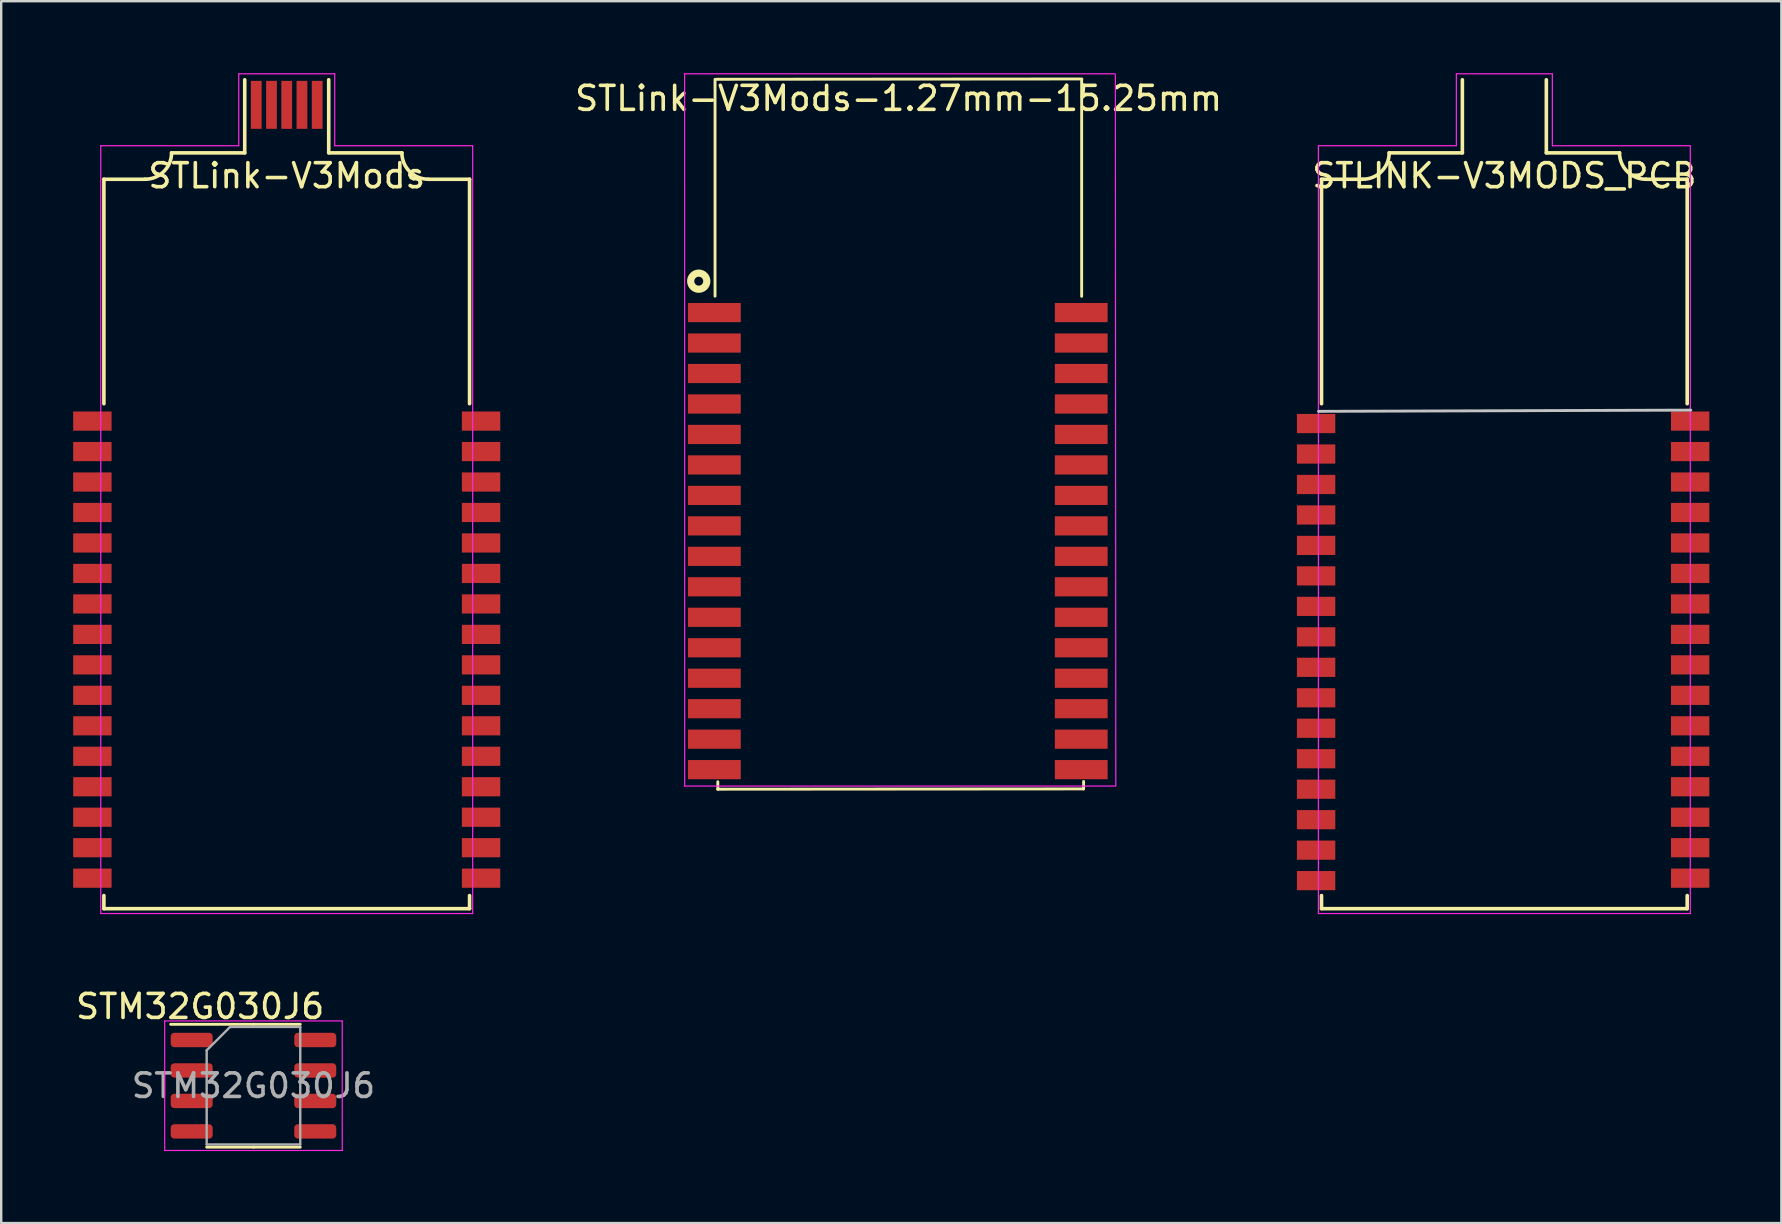
<source format=kicad_pcb>
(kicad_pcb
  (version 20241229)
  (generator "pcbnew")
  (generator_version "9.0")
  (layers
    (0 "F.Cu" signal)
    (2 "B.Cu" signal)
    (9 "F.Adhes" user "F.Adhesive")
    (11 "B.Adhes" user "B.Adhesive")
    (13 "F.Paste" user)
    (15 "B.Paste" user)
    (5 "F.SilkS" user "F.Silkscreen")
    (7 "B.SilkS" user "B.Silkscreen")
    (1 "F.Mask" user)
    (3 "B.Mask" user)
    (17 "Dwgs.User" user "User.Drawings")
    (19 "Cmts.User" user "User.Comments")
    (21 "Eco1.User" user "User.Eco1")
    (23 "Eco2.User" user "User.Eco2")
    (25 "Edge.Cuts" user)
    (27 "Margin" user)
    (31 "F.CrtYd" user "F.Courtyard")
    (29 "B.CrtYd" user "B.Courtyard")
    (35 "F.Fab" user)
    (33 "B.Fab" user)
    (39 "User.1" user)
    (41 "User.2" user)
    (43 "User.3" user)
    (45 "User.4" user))
  (footprint "STLINK-V3MODS_PCB"
    (layer "F.Cu")
    (at 59.648 24.025)
    (property "Reference" "STLINK-V3MODS_PCB" (at 0 -19.75 0) (layer "F.SilkS") (effects (font (size 1 1) (thickness 0.15))))
    (attr smd)
    (fp_line (start -7.62 -19.605) (end -5.9 -19.605) (stroke (width 0.15) (type solid)) (layer "F.SilkS"))
    (fp_line (start -7.62 -10.25) (end -7.62 -19.605) (stroke (width 0.15) (type solid)) (layer "F.SilkS"))
    (fp_line (start -7.62 10.795) (end -7.62 10.25) (stroke (width 0.15) (type solid)) (layer "F.SilkS"))
    (fp_line (start -7.62 10.795) (end 7.62 10.795) (stroke (width 0.15) (type solid)) (layer "F.SilkS"))
    (fp_line (start -4.8 -20.705) (end -1.75 -20.705) (stroke (width 0.15) (type solid)) (layer "F.SilkS"))
    (fp_line (start -1.75 -20.705) (end -1.75 -23.75) (stroke (width 0.15) (type solid)) (layer "F.SilkS"))
    (fp_line (start 1.75 -20.705) (end 1.75 -23.75) (stroke (width 0.15) (type solid)) (layer "F.SilkS"))
    (fp_line (start 1.75 -20.705) (end 4.8 -20.705) (stroke (width 0.15) (type solid)) (layer "F.SilkS"))
    (fp_line (start 7.62 -19.605) (end 5.9 -19.605) (stroke (width 0.15) (type solid)) (layer "F.SilkS"))
    (fp_line (start 7.62 -19.605) (end 7.62 -10.25) (stroke (width 0.15) (type solid)) (layer "F.SilkS"))
    (fp_line (start 7.62 10.795) (end 7.62 10.25) (stroke (width 0.15) (type solid)) (layer "F.SilkS"))
    (fp_arc (start -4.8 -20.705) (mid -5.122183 -19.927183) (end -5.9 -19.605) (stroke (width 0.15) (type solid)) (layer "F.SilkS"))
    (fp_arc (start 5.9 -19.605) (mid 5.122183 -19.927183) (end 4.8 -20.705) (stroke (width 0.15) (type solid)) (layer "F.SilkS"))
    (fp_line (start -7.747 -9.931) (end 7.772 -9.982) (stroke (width 0.12) (type solid)) (layer "Dwgs.User"))
    (fp_line (start -7.75 -21) (end -2 -21) (stroke (width 0.05) (type solid)) (layer "F.CrtYd"))
    (fp_line (start -7.75 11) (end -7.75 -21) (stroke (width 0.05) (type solid)) (layer "F.CrtYd"))
    (fp_line (start -2 -24) (end 2 -24) (stroke (width 0.05) (type solid)) (layer "F.CrtYd"))
    (fp_line (start -2 -21) (end -2 -24) (stroke (width 0.05) (type solid)) (layer "F.CrtYd"))
    (fp_line (start 2 -24) (end 2 -21) (stroke (width 0.05) (type solid)) (layer "F.CrtYd"))
    (fp_line (start 2 -21) (end 7.75 -21) (stroke (width 0.05) (type solid)) (layer "F.CrtYd"))
    (fp_line (start 7.75 -21) (end 7.75 11) (stroke (width 0.05) (type solid)) (layer "F.CrtYd"))
    (fp_line (start 7.75 11) (end -7.75 11) (stroke (width 0.05) (type solid)) (layer "F.CrtYd"))
    (pad "1" smd rect (at -7.846 -9.423 270) (size 0.8 1.6) (layers "F.Cu" "F.Mask" "F.Paste"))
    (pad "2" smd rect (at -7.846 -8.153 270) (size 0.8 1.6) (layers "F.Cu" "F.Mask" "F.Paste"))
    (pad "3" smd rect (at -7.846 -6.883 270) (size 0.8 1.6) (layers "F.Cu" "F.Mask" "F.Paste"))
    (pad "4" smd rect (at -7.846 -5.613 270) (size 0.8 1.6) (layers "F.Cu" "F.Mask" "F.Paste"))
    (pad "5" smd rect (at -7.846 -4.343 270) (size 0.8 1.6) (layers "F.Cu" "F.Mask" "F.Paste"))
    (pad "6" smd rect (at -7.846 -3.073 270) (size 0.8 1.6) (layers "F.Cu" "F.Mask" "F.Paste"))
    (pad "7" smd rect (at -7.846 -1.803 270) (size 0.8 1.6) (layers "F.Cu" "F.Mask" "F.Paste"))
    (pad "8" smd rect (at -7.846 -0.533 270) (size 0.8 1.6) (layers "F.Cu" "F.Mask" "F.Paste"))
    (pad "9" smd rect (at -7.846 0.737 270) (size 0.8 1.6) (layers "F.Cu" "F.Mask" "F.Paste"))
    (pad "10" smd rect (at -7.846 2.007 270) (size 0.8 1.6) (layers "F.Cu" "F.Mask" "F.Paste"))
    (pad "11" smd rect (at -7.846 3.277 270) (size 0.8 1.6) (layers "F.Cu" "F.Mask" "F.Paste"))
    (pad "12" smd rect (at -7.846 4.547 270) (size 0.8 1.6) (layers "F.Cu" "F.Mask" "F.Paste"))
    (pad "13" smd rect (at -7.846 5.817 270) (size 0.8 1.6) (layers "F.Cu" "F.Mask" "F.Paste"))
    (pad "14" smd rect (at -7.846 7.087 270) (size 0.8 1.6) (layers "F.Cu" "F.Mask" "F.Paste"))
    (pad "15" smd rect (at -7.846 8.357 270) (size 0.8 1.6) (layers "F.Cu" "F.Mask" "F.Paste"))
    (pad "16" smd rect (at -7.846 9.627 270) (size 0.8 1.6) (layers "F.Cu" "F.Mask" "F.Paste"))
    (pad "17" smd rect (at 7.744 9.525 270) (size 0.8 1.6) (layers "F.Cu" "F.Mask" "F.Paste"))
    (pad "18" smd rect (at 7.744 8.255 270) (size 0.8 1.6) (layers "F.Cu" "F.Mask" "F.Paste"))
    (pad "19" smd rect (at 7.744 6.985 270) (size 0.8 1.6) (layers "F.Cu" "F.Mask" "F.Paste"))
    (pad "20" smd rect (at 7.744 5.715 270) (size 0.8 1.6) (layers "F.Cu" "F.Mask" "F.Paste"))
    (pad "21" smd rect (at 7.744 4.445 270) (size 0.8 1.6) (layers "F.Cu" "F.Mask" "F.Paste"))
    (pad "22" smd rect (at 7.744 3.175 270) (size 0.8 1.6) (layers "F.Cu" "F.Mask" "F.Paste"))
    (pad "23" smd rect (at 7.744 1.905 270) (size 0.8 1.6) (layers "F.Cu" "F.Mask" "F.Paste"))
    (pad "24" smd rect (at 7.744 0.635 270) (size 0.8 1.6) (layers "F.Cu" "F.Mask" "F.Paste"))
    (pad "25" smd rect (at 7.744 -0.635 270) (size 0.8 1.6) (layers "F.Cu" "F.Mask" "F.Paste"))
    (pad "26" smd rect (at 7.744 -1.905 270) (size 0.8 1.6) (layers "F.Cu" "F.Mask" "F.Paste"))
    (pad "27" smd rect (at 7.744 -3.175 270) (size 0.8 1.6) (layers "F.Cu" "F.Mask" "F.Paste"))
    (pad "28" smd rect (at 7.744 -4.445 270) (size 0.8 1.6) (layers "F.Cu" "F.Mask" "F.Paste"))
    (pad "29" smd rect (at 7.744 -5.715 270) (size 0.8 1.6) (layers "F.Cu" "F.Mask" "F.Paste"))
    (pad "30" smd rect (at 7.744 -6.985 270) (size 0.8 1.6) (layers "F.Cu" "F.Mask" "F.Paste"))
    (pad "31" smd rect (at 7.744 -8.255 270) (size 0.8 1.6) (layers "F.Cu" "F.Mask" "F.Paste"))
    (pad "32" smd rect (at 7.744 -9.525 270) (size 0.8 1.6) (layers "F.Cu" "F.Mask" "F.Paste")))
  (footprint "STLink-V3Mods"
    (layer "F.Cu")
    (at 8.9 24.025)
    (property "Reference" "STLink-V3Mods" (at 0 -19.75 0) (layer "F.SilkS") (effects (font (size 1 1) (thickness 0.15))))
    (attr smd)
    (fp_line (start -7.62 -19.605) (end -5.9 -19.605) (stroke (width 0.15) (type solid)) (layer "F.SilkS"))
    (fp_line (start -7.62 -10.25) (end -7.62 -19.605) (stroke (width 0.15) (type solid)) (layer "F.SilkS"))
    (fp_line (start -7.62 10.795) (end -7.62 10.25) (stroke (width 0.15) (type solid)) (layer "F.SilkS"))
    (fp_line (start -7.62 10.795) (end 7.62 10.795) (stroke (width 0.15) (type solid)) (layer "F.SilkS"))
    (fp_line (start -4.8 -20.705) (end -1.75 -20.705) (stroke (width 0.15) (type solid)) (layer "F.SilkS"))
    (fp_line (start -1.75 -20.705) (end -1.75 -23.75) (stroke (width 0.15) (type solid)) (layer "F.SilkS"))
    (fp_line (start 1.75 -20.705) (end 1.75 -23.75) (stroke (width 0.15) (type solid)) (layer "F.SilkS"))
    (fp_line (start 1.75 -20.705) (end 4.8 -20.705) (stroke (width 0.15) (type solid)) (layer "F.SilkS"))
    (fp_line (start 7.62 -19.605) (end 5.9 -19.605) (stroke (width 0.15) (type solid)) (layer "F.SilkS"))
    (fp_line (start 7.62 -19.605) (end 7.62 -10.25) (stroke (width 0.15) (type solid)) (layer "F.SilkS"))
    (fp_line (start 7.62 10.795) (end 7.62 10.25) (stroke (width 0.15) (type solid)) (layer "F.SilkS"))
    (fp_arc (start -4.8 -20.705) (mid -5.122183 -19.927183) (end -5.9 -19.605) (stroke (width 0.15) (type solid)) (layer "F.SilkS"))
    (fp_arc (start 5.9 -19.605) (mid 5.122183 -19.927183) (end 4.8 -20.705) (stroke (width 0.15) (type solid)) (layer "F.SilkS"))
    (fp_line (start -7.75 -21) (end -2 -21) (stroke (width 0.05) (type solid)) (layer "F.CrtYd"))
    (fp_line (start -7.75 11) (end -7.75 -21) (stroke (width 0.05) (type solid)) (layer "F.CrtYd"))
    (fp_line (start -2 -24) (end 2 -24) (stroke (width 0.05) (type solid)) (layer "F.CrtYd"))
    (fp_line (start -2 -21) (end -2 -24) (stroke (width 0.05) (type solid)) (layer "F.CrtYd"))
    (fp_line (start 2 -24) (end 2 -21) (stroke (width 0.05) (type solid)) (layer "F.CrtYd"))
    (fp_line (start 2 -21) (end 7.75 -21) (stroke (width 0.05) (type solid)) (layer "F.CrtYd"))
    (fp_line (start 7.75 -21) (end 7.75 11) (stroke (width 0.05) (type solid)) (layer "F.CrtYd"))
    (fp_line (start 7.75 11) (end -7.75 11) (stroke (width 0.05) (type solid)) (layer "F.CrtYd"))
    (pad "1" smd rect (at -8.1 -9.525 270) (size 0.8 1.6) (layers "F.Cu" "F.Mask" "F.Paste"))
    (pad "2" smd rect (at -8.1 -8.255 270) (size 0.8 1.6) (layers "F.Cu" "F.Mask" "F.Paste"))
    (pad "3" smd rect (at -8.1 -6.985 270) (size 0.8 1.6) (layers "F.Cu" "F.Mask" "F.Paste"))
    (pad "4" smd rect (at -8.1 -5.715 270) (size 0.8 1.6) (layers "F.Cu" "F.Mask" "F.Paste"))
    (pad "5" smd rect (at -8.1 -4.445 270) (size 0.8 1.6) (layers "F.Cu" "F.Mask" "F.Paste"))
    (pad "6" smd rect (at -8.1 -3.175 270) (size 0.8 1.6) (layers "F.Cu" "F.Mask" "F.Paste"))
    (pad "7" smd rect (at -8.1 -1.905 270) (size 0.8 1.6) (layers "F.Cu" "F.Mask" "F.Paste"))
    (pad "8" smd rect (at -8.1 -0.635 270) (size 0.8 1.6) (layers "F.Cu" "F.Mask" "F.Paste"))
    (pad "9" smd rect (at -8.1 0.635 270) (size 0.8 1.6) (layers "F.Cu" "F.Mask" "F.Paste"))
    (pad "10" smd rect (at -8.1 1.905 270) (size 0.8 1.6) (layers "F.Cu" "F.Mask" "F.Paste"))
    (pad "11" smd rect (at -8.1 3.175 270) (size 0.8 1.6) (layers "F.Cu" "F.Mask" "F.Paste"))
    (pad "12" smd rect (at -8.1 4.445 270) (size 0.8 1.6) (layers "F.Cu" "F.Mask" "F.Paste"))
    (pad "13" smd rect (at -8.1 5.715 270) (size 0.8 1.6) (layers "F.Cu" "F.Mask" "F.Paste"))
    (pad "14" smd rect (at -8.1 6.985 270) (size 0.8 1.6) (layers "F.Cu" "F.Mask" "F.Paste"))
    (pad "15" smd rect (at -8.1 8.255 270) (size 0.8 1.6) (layers "F.Cu" "F.Mask" "F.Paste"))
    (pad "16" smd rect (at -8.1 9.525 270) (size 0.8 1.6) (layers "F.Cu" "F.Mask" "F.Paste"))
    (pad "17" smd rect (at 8.1 9.525 270) (size 0.8 1.6) (layers "F.Cu" "F.Mask" "F.Paste"))
    (pad "18" smd rect (at 8.1 8.255 270) (size 0.8 1.6) (layers "F.Cu" "F.Mask" "F.Paste"))
    (pad "19" smd rect (at 8.1 6.985 270) (size 0.8 1.6) (layers "F.Cu" "F.Mask" "F.Paste"))
    (pad "20" smd rect (at 8.1 5.715 270) (size 0.8 1.6) (layers "F.Cu" "F.Mask" "F.Paste"))
    (pad "21" smd rect (at 8.1 4.445 270) (size 0.8 1.6) (layers "F.Cu" "F.Mask" "F.Paste"))
    (pad "22" smd rect (at 8.1 3.175 270) (size 0.8 1.6) (layers "F.Cu" "F.Mask" "F.Paste"))
    (pad "23" smd rect (at 8.1 1.905 270) (size 0.8 1.6) (layers "F.Cu" "F.Mask" "F.Paste"))
    (pad "24" smd rect (at 8.1 0.635 270) (size 0.8 1.6) (layers "F.Cu" "F.Mask" "F.Paste"))
    (pad "25" smd rect (at 8.1 -0.635 270) (size 0.8 1.6) (layers "F.Cu" "F.Mask" "F.Paste"))
    (pad "26" smd rect (at 8.1 -1.905 270) (size 0.8 1.6) (layers "F.Cu" "F.Mask" "F.Paste"))
    (pad "27" smd rect (at 8.1 -3.175 270) (size 0.8 1.6) (layers "F.Cu" "F.Mask" "F.Paste"))
    (pad "28" smd rect (at 8.1 -4.445 270) (size 0.8 1.6) (layers "F.Cu" "F.Mask" "F.Paste"))
    (pad "29" smd rect (at 8.1 -5.715 270) (size 0.8 1.6) (layers "F.Cu" "F.Mask" "F.Paste"))
    (pad "30" smd rect (at 8.1 -6.985 270) (size 0.8 1.6) (layers "F.Cu" "F.Mask" "F.Paste"))
    (pad "31" smd rect (at 8.1 -8.255 270) (size 0.8 1.6) (layers "F.Cu" "F.Mask" "F.Paste"))
    (pad "32" smd rect (at 8.1 -9.525 270) (size 0.8 1.6) (layers "F.Cu" "F.Mask" "F.Paste"))
    (pad "33" smd rect (at 1.27 -22.705) (size 0.45 2) (layers "F.Cu" "F.Mask" "F.Paste"))
    (pad "34" smd rect (at 0.635 -22.705) (size 0.45 2) (layers "F.Cu" "F.Mask" "F.Paste"))
    (pad "35" smd rect (at 0 -22.705) (size 0.45 2) (layers "F.Cu" "F.Mask" "F.Paste"))
    (pad "36" smd rect (at -0.635 -22.705) (size 0.45 2) (layers "F.Cu" "F.Mask" "F.Paste"))
    (pad "37" smd rect (at -1.27 -22.705) (size 0.45 2) (layers "F.Cu" "F.Mask" "F.Paste")))
  (footprint "STM32G030J6"
    (layer "F.Cu")
    (at 7.514 42.2)
    (property "Reference" "STM32G030J6" (at -2.223 -3.302 0) (layer "F.SilkS") (effects (font (size 1 1) (thickness 0.15))))
    (attr smd)
    (fp_line (start 0 -2.56) (end -3.45 -2.56) (stroke (width 0.12) (type solid)) (layer "F.SilkS"))
    (fp_line (start 0 -2.56) (end 1.95 -2.56) (stroke (width 0.12) (type solid)) (layer "F.SilkS"))
    (fp_line (start 0 2.56) (end -1.95 2.56) (stroke (width 0.12) (type solid)) (layer "F.SilkS"))
    (fp_line (start 0 2.56) (end 1.95 2.56) (stroke (width 0.12) (type solid)) (layer "F.SilkS"))
    (fp_line (start -3.7 -2.7) (end -3.7 2.7) (stroke (width 0.05) (type solid)) (layer "F.CrtYd"))
    (fp_line (start -3.7 2.7) (end 3.7 2.7) (stroke (width 0.05) (type solid)) (layer "F.CrtYd"))
    (fp_line (start 3.7 -2.7) (end -3.7 -2.7) (stroke (width 0.05) (type solid)) (layer "F.CrtYd"))
    (fp_line (start 3.7 2.7) (end 3.7 -2.7) (stroke (width 0.05) (type solid)) (layer "F.CrtYd"))
    (fp_line (start -1.95 -1.475) (end -0.975 -2.45) (stroke (width 0.1) (type solid)) (layer "F.Fab"))
    (fp_line (start -1.95 2.45) (end -1.95 -1.475) (stroke (width 0.1) (type solid)) (layer "F.Fab"))
    (fp_line (start -0.975 -2.45) (end 1.95 -2.45) (stroke (width 0.1) (type solid)) (layer "F.Fab"))
    (fp_line (start 1.95 -2.45) (end 1.95 2.45) (stroke (width 0.1) (type solid)) (layer "F.Fab"))
    (fp_line (start 1.95 2.45) (end -1.95 2.45) (stroke (width 0.1) (type solid)) (layer "F.Fab"))
    (fp_text user "${REFERENCE}" (at 0 0 0) (layer "F.Fab") (effects (font (size 0.98 0.98) (thickness 0.15))))
    (pad "1" smd roundrect (at -2.575 -1.905) (size 1.75 0.6) (layers "F.Cu" "F.Mask" "F.Paste") (roundrect_rratio 0.25))
    (pad "2" smd roundrect (at -2.575 -0.635) (size 1.75 0.6) (layers "F.Cu" "F.Mask" "F.Paste") (roundrect_rratio 0.25))
    (pad "3" smd roundrect (at -2.575 0.635) (size 1.75 0.6) (layers "F.Cu" "F.Mask" "F.Paste") (roundrect_rratio 0.25))
    (pad "4" smd roundrect (at -2.575 1.905) (size 1.75 0.6) (layers "F.Cu" "F.Mask" "F.Paste") (roundrect_rratio 0.25))
    (pad "5" smd roundrect (at 2.575 1.905) (size 1.75 0.6) (layers "F.Cu" "F.Mask" "F.Paste") (roundrect_rratio 0.25))
    (pad "6" smd roundrect (at 2.575 0.635) (size 1.75 0.6) (layers "F.Cu" "F.Mask" "F.Paste") (roundrect_rratio 0.25))
    (pad "7" smd roundrect (at 2.575 -0.635) (size 1.75 0.6) (layers "F.Cu" "F.Mask" "F.Paste") (roundrect_rratio 0.25))
    (pad "8" smd roundrect (at 2.575 -1.905) (size 1.75 0.6) (layers "F.Cu" "F.Mask" "F.Paste") (roundrect_rratio 0.25)))
  (footprint "STLink-V3Mods-1.27mm-15.25mm"
    (layer "F.Cu")
    (at 26.748 9.982)
    (property "Reference" "STLink-V3Mods-1.27mm-15.25mm" (at 7.653 -8.931 0) (layer "F.SilkS") (effects (font (size 1 1) (thickness 0.15))))
    (attr smd)
    (fp_line (start 0.003 -9.726) (end 0.003 -0.688) (stroke (width 0.12) (type solid)) (layer "F.SilkS"))
    (fp_line (start 0.056 -9.728) (end 15.291 -9.741) (stroke (width 0.12) (type solid)) (layer "F.SilkS"))
    (fp_line (start 0.112 19.86) (end 15.347 19.848) (stroke (width 0.12) (type solid)) (layer "F.SilkS"))
    (fp_line (start 0.119 19.55) (end 0.119 19.865) (stroke (width 0.12) (type solid)) (layer "F.SilkS"))
    (fp_line (start 15.283 -9.721) (end 15.283 -0.683) (stroke (width 0.12) (type solid)) (layer "F.SilkS"))
    (fp_line (start 15.364 19.538) (end 15.364 19.853) (stroke (width 0.12) (type solid)) (layer "F.SilkS"))
    (fp_circle (center -0.676 -1.313) (end -0.676 -0.977) (stroke (width 0.3) (type solid)) (fill no) (layer "F.SilkS"))
    (fp_line (start -1.282 -9.957) (end 16.678 -9.957) (stroke (width 0.05) (type solid)) (layer "F.CrtYd"))
    (fp_line (start -1.262 19.721) (end -1.265 -9.949) (stroke (width 0.05) (type solid)) (layer "F.CrtYd"))
    (fp_line (start 16.684 19.729) (end -1.276 19.729) (stroke (width 0.05) (type solid)) (layer "F.CrtYd"))
    (fp_line (start 16.688 -9.921) (end 16.706 19.731) (stroke (width 0.05) (type solid)) (layer "F.CrtYd"))
    (pad "1" smd rect (at -0.025 -0.005 270) (size 0.8 2.2) (layers "F.Cu" "F.Mask" "F.Paste"))
    (pad "2" smd rect (at -0.025 1.265 270) (size 0.8 2.2) (layers "F.Cu" "F.Mask" "F.Paste"))
    (pad "3" smd rect (at -0.025 2.535 270) (size 0.8 2.2) (layers "F.Cu" "F.Mask" "F.Paste"))
    (pad "4" smd rect (at -0.025 3.805 270) (size 0.8 2.2) (layers "F.Cu" "F.Mask" "F.Paste"))
    (pad "5" smd rect (at -0.025 5.075 270) (size 0.8 2.2) (layers "F.Cu" "F.Mask" "F.Paste"))
    (pad "6" smd rect (at -0.025 6.345 270) (size 0.8 2.2) (layers "F.Cu" "F.Mask" "F.Paste"))
    (pad "7" smd rect (at -0.025 7.615 270) (size 0.8 2.2) (layers "F.Cu" "F.Mask" "F.Paste"))
    (pad "8" smd rect (at -0.025 8.885 270) (size 0.8 2.2) (layers "F.Cu" "F.Mask" "F.Paste"))
    (pad "9" smd rect (at -0.025 10.155 270) (size 0.8 2.2) (layers "F.Cu" "F.Mask" "F.Paste"))
    (pad "10" smd rect (at -0.025 11.425 270) (size 0.8 2.2) (layers "F.Cu" "F.Mask" "F.Paste"))
    (pad "11" smd rect (at -0.025 12.695 270) (size 0.8 2.2) (layers "F.Cu" "F.Mask" "F.Paste"))
    (pad "12" smd rect (at -0.025 13.965 270) (size 0.8 2.2) (layers "F.Cu" "F.Mask" "F.Paste"))
    (pad "13" smd rect (at -0.025 15.235 270) (size 0.8 2.2) (layers "F.Cu" "F.Mask" "F.Paste"))
    (pad "14" smd rect (at -0.025 16.505 270) (size 0.8 2.2) (layers "F.Cu" "F.Mask" "F.Paste"))
    (pad "15" smd rect (at -0.025 17.775 270) (size 0.8 2.2) (layers "F.Cu" "F.Mask" "F.Paste"))
    (pad "16" smd rect (at -0.025 19.045 270) (size 0.8 2.2) (layers "F.Cu" "F.Mask" "F.Paste"))
    (pad "17" smd rect (at 15.265 19.045 270) (size 0.8 2.2) (layers "F.Cu" "F.Mask" "F.Paste"))
    (pad "18" smd rect (at 15.265 17.775 270) (size 0.8 2.2) (layers "F.Cu" "F.Mask" "F.Paste"))
    (pad "19" smd rect (at 15.265 16.505 270) (size 0.8 2.2) (layers "F.Cu" "F.Mask" "F.Paste"))
    (pad "20" smd rect (at 15.265 15.235 270) (size 0.8 2.2) (layers "F.Cu" "F.Mask" "F.Paste"))
    (pad "21" smd rect (at 15.265 13.965 270) (size 0.8 2.2) (layers "F.Cu" "F.Mask" "F.Paste"))
    (pad "22" smd rect (at 15.265 12.695 270) (size 0.8 2.2) (layers "F.Cu" "F.Mask" "F.Paste"))
    (pad "23" smd rect (at 15.265 11.425 270) (size 0.8 2.2) (layers "F.Cu" "F.Mask" "F.Paste"))
    (pad "24" smd rect (at 15.265 10.155 270) (size 0.8 2.2) (layers "F.Cu" "F.Mask" "F.Paste"))
    (pad "25" smd rect (at 15.265 8.885 270) (size 0.8 2.2) (layers "F.Cu" "F.Mask" "F.Paste"))
    (pad "26" smd rect (at 15.265 7.615 270) (size 0.8 2.2) (layers "F.Cu" "F.Mask" "F.Paste"))
    (pad "27" smd rect (at 15.265 6.345 270) (size 0.8 2.2) (layers "F.Cu" "F.Mask" "F.Paste"))
    (pad "28" smd rect (at 15.265 5.075 270) (size 0.8 2.2) (layers "F.Cu" "F.Mask" "F.Paste"))
    (pad "29" smd rect (at 15.265 3.805 270) (size 0.8 2.2) (layers "F.Cu" "F.Mask" "F.Paste"))
    (pad "30" smd rect (at 15.265 2.535 270) (size 0.8 2.2) (layers "F.Cu" "F.Mask" "F.Paste"))
    (pad "31" smd rect (at 15.265 1.265 270) (size 0.8 2.2) (layers "F.Cu" "F.Mask" "F.Paste"))
    (pad "32" smd rect (at 15.265 -0.005 270) (size 0.8 2.2) (layers "F.Cu" "F.Mask" "F.Paste")))
  (gr_rect
    (start -3 -3)
    (end 71.193 47.925)
    (stroke (width 0.1) (type default))
    (fill no)
    (layer "Edge.Cuts")))
</source>
